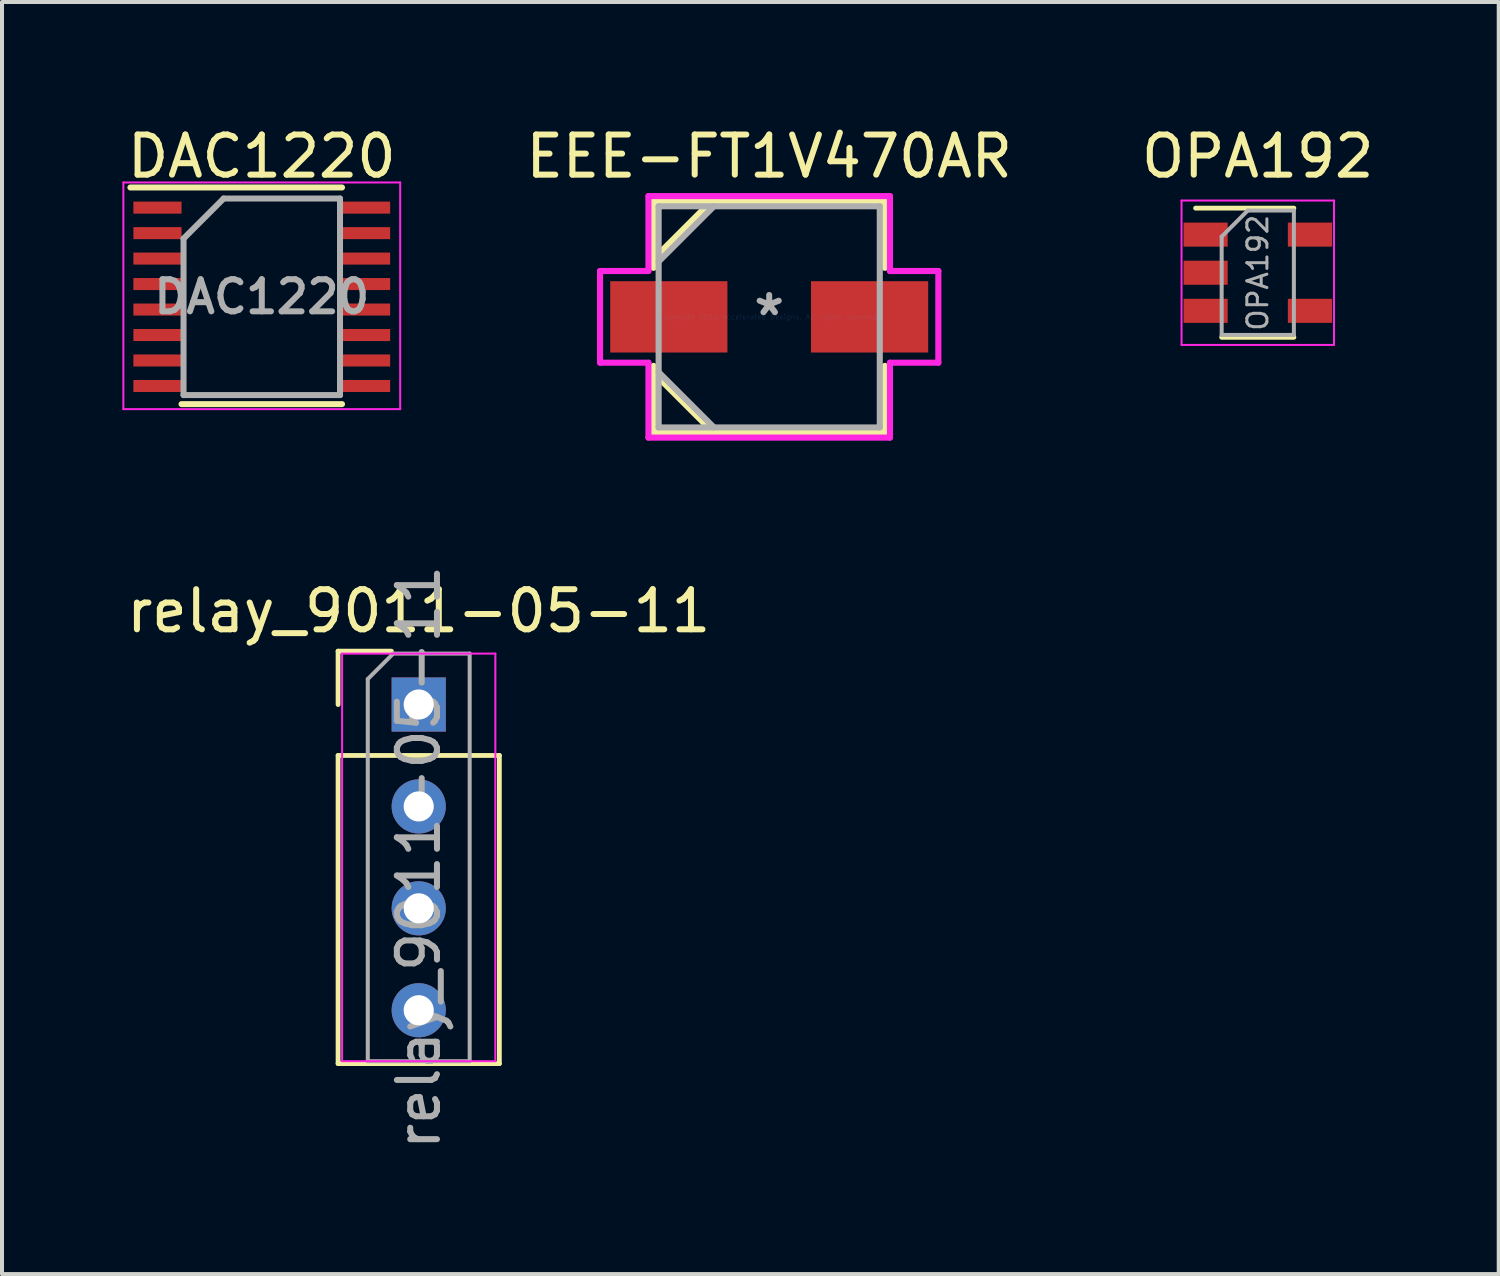
<source format=kicad_pcb>
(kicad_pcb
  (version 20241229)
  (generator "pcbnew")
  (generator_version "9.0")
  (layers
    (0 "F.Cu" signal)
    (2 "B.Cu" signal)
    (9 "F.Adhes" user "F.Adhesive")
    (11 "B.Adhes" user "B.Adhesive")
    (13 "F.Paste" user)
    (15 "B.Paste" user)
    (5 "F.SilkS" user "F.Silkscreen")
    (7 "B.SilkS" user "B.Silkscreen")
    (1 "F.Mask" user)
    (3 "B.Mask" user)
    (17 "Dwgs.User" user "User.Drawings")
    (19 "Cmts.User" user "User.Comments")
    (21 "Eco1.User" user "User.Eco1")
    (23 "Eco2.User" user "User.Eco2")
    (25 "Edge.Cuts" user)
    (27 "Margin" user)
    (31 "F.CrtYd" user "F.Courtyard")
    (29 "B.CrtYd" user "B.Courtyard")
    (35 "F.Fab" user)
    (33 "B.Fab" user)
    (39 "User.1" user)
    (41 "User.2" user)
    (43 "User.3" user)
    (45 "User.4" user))
  (footprint "relay_9011-05-11"
    (layer "F.Cu")
    (at 7.387 14.511)
    (property "Reference" "relay_9011-05-11" (at 0 -2.33 0) (layer "F.SilkS") (effects (font (size 1 1) (thickness 0.15))))
    (attr through_hole)
    (fp_line (start -2.01 -1.33) (end -0.68 -1.33) (stroke (width 0.12) (type solid)) (layer "F.SilkS"))
    (fp_line (start -2.01 0) (end -2.01 -1.33) (stroke (width 0.12) (type solid)) (layer "F.SilkS"))
    (fp_line (start -2.01 1.27) (end -2.01 8.95) (stroke (width 0.12) (type solid)) (layer "F.SilkS"))
    (fp_line (start -2.01 1.27) (end 2.01 1.27) (stroke (width 0.12) (type solid)) (layer "F.SilkS"))
    (fp_line (start -2.01 8.95) (end 2.01 8.95) (stroke (width 0.12) (type solid)) (layer "F.SilkS"))
    (fp_line (start 2.01 1.27) (end 2.01 8.95) (stroke (width 0.12) (type solid)) (layer "F.SilkS"))
    (fp_line (start -1.91 -1.27) (end -1.91 8.89) (stroke (width 0.05) (type solid)) (layer "F.CrtYd"))
    (fp_line (start -1.91 8.89) (end 1.91 8.89) (stroke (width 0.05) (type solid)) (layer "F.CrtYd"))
    (fp_line (start 1.91 -1.27) (end -1.91 -1.27) (stroke (width 0.05) (type solid)) (layer "F.CrtYd"))
    (fp_line (start 1.91 8.89) (end 1.91 -1.27) (stroke (width 0.05) (type solid)) (layer "F.CrtYd"))
    (fp_line (start -1.27 -0.635) (end -0.635 -1.27) (stroke (width 0.1) (type solid)) (layer "F.Fab"))
    (fp_line (start -1.27 8.89) (end -1.27 -0.635) (stroke (width 0.1) (type solid)) (layer "F.Fab"))
    (fp_line (start -0.635 -1.27) (end 1.27 -1.27) (stroke (width 0.1) (type solid)) (layer "F.Fab"))
    (fp_line (start 1.27 -1.27) (end 1.27 8.89) (stroke (width 0.1) (type solid)) (layer "F.Fab"))
    (fp_line (start 1.27 8.89) (end -1.27 8.89) (stroke (width 0.1) (type solid)) (layer "F.Fab"))
    (fp_text user "${REFERENCE}" (at 0 3.81 90) (layer "F.Fab") (effects (font (size 1 1) (thickness 0.15))))
    (pad "1" thru_hole rect (at 0 0) (size 1.35 1.35) (drill 0.75) (layers "*.Cu" "*.Mask"))
    (pad "2" thru_hole oval (at 0 2.54) (size 1.35 1.35) (drill 0.75) (layers "*.Cu" "*.Mask"))
    (pad "3" thru_hole oval (at 0 5.08) (size 1.35 1.35) (drill 0.75) (layers "*.Cu" "*.Mask"))
    (pad "4" thru_hole oval (at 0 7.62) (size 1.35 1.35) (drill 0.75) (layers "*.Cu" "*.Mask")))
  (footprint "DAC1220"
    (layer "F.Cu")
    (at 3.475 4.348)
    (property "Reference" "DAC1220" (at 0 -3.5 0) (layer "F.SilkS") (effects (font (size 1 1) (thickness 0.15))))
    (attr smd)
    (fp_line (start -3.275 -2.725) (end 2 -2.725) (stroke (width 0.15) (type solid)) (layer "F.SilkS"))
    (fp_line (start -2 2.675) (end 2 2.675) (stroke (width 0.15) (type solid)) (layer "F.SilkS"))
    (fp_line (start -3.45 -2.85) (end -3.45 2.8) (stroke (width 0.05) (type solid)) (layer "F.CrtYd"))
    (fp_line (start -3.45 -2.85) (end 3.45 -2.85) (stroke (width 0.05) (type solid)) (layer "F.CrtYd"))
    (fp_line (start -3.45 2.8) (end 3.45 2.8) (stroke (width 0.05) (type solid)) (layer "F.CrtYd"))
    (fp_line (start 3.45 -2.85) (end 3.45 2.8) (stroke (width 0.05) (type solid)) (layer "F.CrtYd"))
    (fp_line (start -1.95 -1.45) (end -0.95 -2.45) (stroke (width 0.15) (type solid)) (layer "F.Fab"))
    (fp_line (start -1.95 2.45) (end -1.95 -1.45) (stroke (width 0.15) (type solid)) (layer "F.Fab"))
    (fp_line (start -0.95 -2.45) (end 1.95 -2.45) (stroke (width 0.15) (type solid)) (layer "F.Fab"))
    (fp_line (start 1.95 -2.45) (end 1.95 2.45) (stroke (width 0.15) (type solid)) (layer "F.Fab"))
    (fp_line (start 1.95 2.45) (end -1.95 2.45) (stroke (width 0.15) (type solid)) (layer "F.Fab"))
    (fp_text user "${REFERENCE}" (at 0 0 0) (layer "F.Fab") (effects (font (size 0.8 0.8) (thickness 0.15))))
    (pad "1" smd rect (at -2.6 -2.223) (size 1.2 0.3) (layers "F.Cu" "F.Mask" "F.Paste"))
    (pad "2" smd rect (at -2.6 -1.587) (size 1.2 0.3) (layers "F.Cu" "F.Mask" "F.Paste"))
    (pad "3" smd rect (at -2.6 -0.953) (size 1.2 0.3) (layers "F.Cu" "F.Mask" "F.Paste"))
    (pad "4" smd rect (at -2.6 -0.318) (size 1.2 0.3) (layers "F.Cu" "F.Mask" "F.Paste"))
    (pad "5" smd rect (at -2.6 0.318) (size 1.2 0.3) (layers "F.Cu" "F.Mask" "F.Paste"))
    (pad "6" smd rect (at -2.6 0.953) (size 1.2 0.3) (layers "F.Cu" "F.Mask" "F.Paste"))
    (pad "7" smd rect (at -2.6 1.587) (size 1.2 0.3) (layers "F.Cu" "F.Mask" "F.Paste"))
    (pad "8" smd rect (at -2.6 2.223) (size 1.2 0.3) (layers "F.Cu" "F.Mask" "F.Paste"))
    (pad "9" smd rect (at 2.6 2.223) (size 1.2 0.3) (layers "F.Cu" "F.Mask" "F.Paste"))
    (pad "10" smd rect (at 2.6 1.587) (size 1.2 0.3) (layers "F.Cu" "F.Mask" "F.Paste"))
    (pad "11" smd rect (at 2.6 0.953) (size 1.2 0.3) (layers "F.Cu" "F.Mask" "F.Paste"))
    (pad "12" smd rect (at 2.6 0.318) (size 1.2 0.3) (layers "F.Cu" "F.Mask" "F.Paste"))
    (pad "13" smd rect (at 2.6 -0.318) (size 1.2 0.3) (layers "F.Cu" "F.Mask" "F.Paste"))
    (pad "14" smd rect (at 2.6 -0.953) (size 1.2 0.3) (layers "F.Cu" "F.Mask" "F.Paste"))
    (pad "15" smd rect (at 2.6 -1.587) (size 1.2 0.3) (layers "F.Cu" "F.Mask" "F.Paste"))
    (pad "16" smd rect (at 2.6 -2.223) (size 1.2 0.3) (layers "F.Cu" "F.Mask" "F.Paste")))
  (footprint "OPA192"
    (layer "F.Cu")
    (at 28.301 3.748)
    (property "Reference" "OPA192" (at 0 -2.9 0) (layer "F.SilkS") (effects (font (size 1 1) (thickness 0.15))))
    (attr smd)
    (fp_line (start -0.9 1.61) (end 0.9 1.61) (stroke (width 0.12) (type solid)) (layer "F.SilkS"))
    (fp_line (start 0.9 -1.61) (end -1.55 -1.61) (stroke (width 0.12) (type solid)) (layer "F.SilkS"))
    (fp_line (start -1.9 -1.8) (end 1.9 -1.8) (stroke (width 0.05) (type solid)) (layer "F.CrtYd"))
    (fp_line (start -1.9 1.8) (end -1.9 -1.8) (stroke (width 0.05) (type solid)) (layer "F.CrtYd"))
    (fp_line (start 1.9 -1.8) (end 1.9 1.8) (stroke (width 0.05) (type solid)) (layer "F.CrtYd"))
    (fp_line (start 1.9 1.8) (end -1.9 1.8) (stroke (width 0.05) (type solid)) (layer "F.CrtYd"))
    (fp_line (start -0.9 -0.9) (end -0.9 1.55) (stroke (width 0.1) (type solid)) (layer "F.Fab"))
    (fp_line (start -0.9 -0.9) (end -0.25 -1.55) (stroke (width 0.1) (type solid)) (layer "F.Fab"))
    (fp_line (start 0.9 -1.55) (end -0.25 -1.55) (stroke (width 0.1) (type solid)) (layer "F.Fab"))
    (fp_line (start 0.9 -1.55) (end 0.9 1.55) (stroke (width 0.1) (type solid)) (layer "F.Fab"))
    (fp_line (start 0.9 1.55) (end -0.9 1.55) (stroke (width 0.1) (type solid)) (layer "F.Fab"))
    (fp_text user "${REFERENCE}" (at 0 0 90) (layer "F.Fab") (effects (font (size 0.5 0.5) (thickness 0.075))))
    (pad "1" smd rect (at -1.3 -0.95) (size 1.1 0.6) (layers "F.Cu" "F.Mask" "F.Paste"))
    (pad "2" smd rect (at -1.3 0) (size 1.1 0.6) (layers "F.Cu" "F.Mask" "F.Paste"))
    (pad "3" smd rect (at -1.3 0.95) (size 1.1 0.6) (layers "F.Cu" "F.Mask" "F.Paste"))
    (pad "4" smd rect (at 1.3 0.95) (size 1.1 0.6) (layers "F.Cu" "F.Mask" "F.Paste"))
    (pad "5" smd rect (at 1.3 -0.95) (size 1.1 0.6) (layers "F.Cu" "F.Mask" "F.Paste")))
  (footprint "EEE-FT1V470AR"
    (layer "F.Cu")
    (at 16.123 4.848)
    (property "Reference" "EEE-FT1V470AR" (at 0 -4 0) (layer "F.SilkS") (effects (font (size 1 1) (thickness 0.15))))
    (attr smd)
    (fp_line (start -2.883 -2.883) (end -2.883 -1.222) (stroke (width 0.152) (type solid)) (layer "F.SilkS"))
    (fp_line (start -2.883 1.222) (end -2.883 2.883) (stroke (width 0.152) (type solid)) (layer "F.SilkS"))
    (fp_line (start -2.883 2.883) (end 2.883 2.883) (stroke (width 0.152) (type solid)) (layer "F.SilkS"))
    (fp_line (start -2.853 -1.472) (end -1.475 -2.85) (stroke (width 0.152) (type solid)) (layer "F.SilkS"))
    (fp_line (start -2.825 1.45) (end -1.447 2.828) (stroke (width 0.152) (type solid)) (layer "F.SilkS"))
    (fp_line (start 2.883 -2.883) (end -2.883 -2.883) (stroke (width 0.152) (type solid)) (layer "F.SilkS"))
    (fp_line (start 2.883 -1.222) (end 2.883 -2.883) (stroke (width 0.152) (type solid)) (layer "F.SilkS"))
    (fp_line (start 2.883 2.883) (end 2.883 1.222) (stroke (width 0.152) (type solid)) (layer "F.SilkS"))
    (fp_line (start -4.216 -1.143) (end -3.01 -1.143) (stroke (width 0.152) (type solid)) (layer "F.CrtYd"))
    (fp_line (start -4.216 1.143) (end -4.216 -1.143) (stroke (width 0.152) (type solid)) (layer "F.CrtYd"))
    (fp_line (start -3.01 -3.01) (end 3.01 -3.01) (stroke (width 0.152) (type solid)) (layer "F.CrtYd"))
    (fp_line (start -3.01 -1.143) (end -3.01 -3.01) (stroke (width 0.152) (type solid)) (layer "F.CrtYd"))
    (fp_line (start -3.01 1.143) (end -4.216 1.143) (stroke (width 0.152) (type solid)) (layer "F.CrtYd"))
    (fp_line (start -3.01 3.01) (end -3.01 1.143) (stroke (width 0.152) (type solid)) (layer "F.CrtYd"))
    (fp_line (start 3.01 -3.01) (end 3.01 -1.143) (stroke (width 0.152) (type solid)) (layer "F.CrtYd"))
    (fp_line (start 3.01 -1.143) (end 4.216 -1.143) (stroke (width 0.152) (type solid)) (layer "F.CrtYd"))
    (fp_line (start 3.01 1.143) (end 3.01 3.01) (stroke (width 0.152) (type solid)) (layer "F.CrtYd"))
    (fp_line (start 3.01 3.01) (end -3.01 3.01) (stroke (width 0.152) (type solid)) (layer "F.CrtYd"))
    (fp_line (start 4.216 -1.143) (end 4.216 1.143) (stroke (width 0.152) (type solid)) (layer "F.CrtYd"))
    (fp_line (start 4.216 1.143) (end 3.01 1.143) (stroke (width 0.152) (type solid)) (layer "F.CrtYd"))
    (fp_line (start -2.756 -2.756) (end -2.756 2.756) (stroke (width 0.152) (type solid)) (layer "F.Fab"))
    (fp_line (start -2.756 -1.378) (end -1.378 -2.756) (stroke (width 0.152) (type solid)) (layer "F.Fab"))
    (fp_line (start -2.756 1.378) (end -1.378 2.756) (stroke (width 0.152) (type solid)) (layer "F.Fab"))
    (fp_line (start -2.756 2.756) (end 2.756 2.756) (stroke (width 0.152) (type solid)) (layer "F.Fab"))
    (fp_line (start 2.756 -2.756) (end -2.756 -2.756) (stroke (width 0.152) (type solid)) (layer "F.Fab"))
    (fp_line (start 2.756 2.756) (end 2.756 -2.756) (stroke (width 0.152) (type solid)) (layer "F.Fab"))
    (fp_text user "Copyright 2016 Accelerated Designs. All rights reserved." (at 0 0 0) (layer "Cmts.User") (effects (font (size 0.127 0.127) (thickness 0.002))))
    (fp_text user "*" (at 0 0 0) (layer "F.Fab") (effects (font (size 1 1) (thickness 0.15))))
    (pad "1" smd rect (at -2.502 0) (size 2.921 1.778) (layers "F.Cu" "F.Mask" "F.Paste"))
    (pad "2" smd rect (at 2.502 0) (size 2.921 1.778) (layers "F.Cu" "F.Mask" "F.Paste")))
  (gr_rect
    (start -3 -3)
    (end 34.307 28.708)
    (stroke (width 0.1) (type default))
    (fill no)
    (layer "Edge.Cuts")))
</source>
